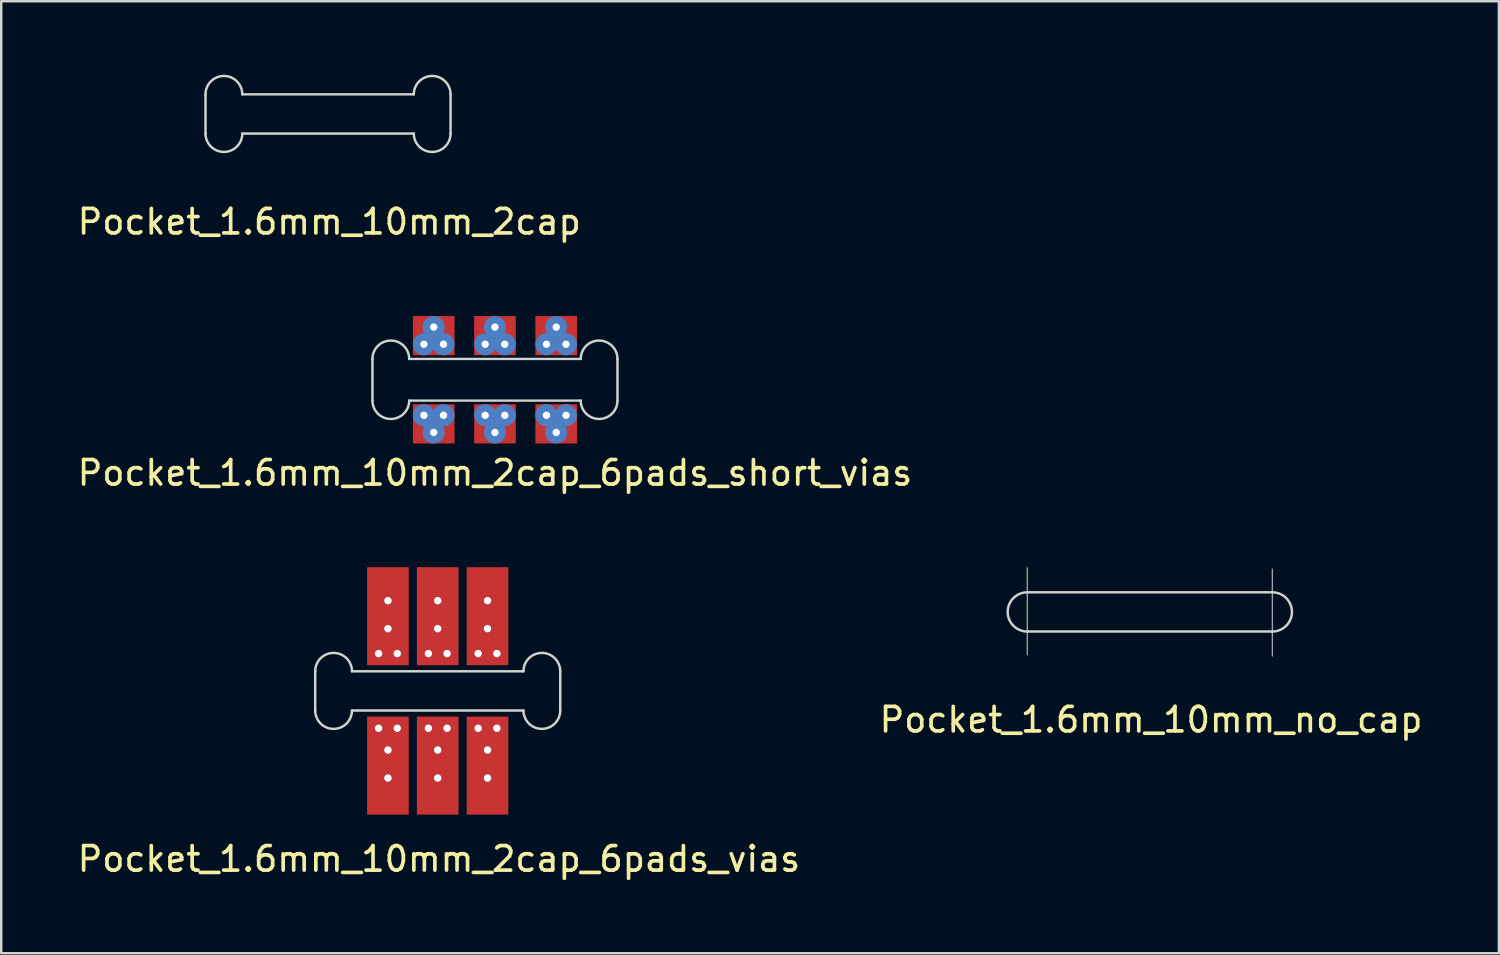
<source format=kicad_pcb>
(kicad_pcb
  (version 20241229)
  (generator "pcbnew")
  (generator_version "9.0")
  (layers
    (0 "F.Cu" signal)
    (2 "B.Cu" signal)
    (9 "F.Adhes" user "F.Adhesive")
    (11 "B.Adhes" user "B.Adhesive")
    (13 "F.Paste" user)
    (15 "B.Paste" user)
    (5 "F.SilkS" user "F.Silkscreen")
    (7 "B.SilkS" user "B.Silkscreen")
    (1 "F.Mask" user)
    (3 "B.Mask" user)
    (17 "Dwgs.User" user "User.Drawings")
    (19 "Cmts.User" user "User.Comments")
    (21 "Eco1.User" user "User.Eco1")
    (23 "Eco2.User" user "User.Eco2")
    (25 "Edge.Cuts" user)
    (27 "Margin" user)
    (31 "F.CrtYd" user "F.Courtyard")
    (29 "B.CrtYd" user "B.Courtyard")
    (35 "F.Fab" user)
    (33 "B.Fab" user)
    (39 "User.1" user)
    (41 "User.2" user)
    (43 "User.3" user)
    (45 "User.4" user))
  (footprint "Pocket_1.6mm_10mm_no_cap"
    (layer "F.Cu")
    (at 43.873 21.922)
    (property "Reference" "Pocket_1.6mm_10mm_no_cap" (at 0.05 4.4 0) (layer "F.SilkS") (effects (font (size 1 1) (thickness 0.15))))
    (attr through_hole)
    (fp_line (start -5 -0.8) (end 5 -0.8) (stroke (width 0.1) (type solid)) (layer "Edge.Cuts"))
    (fp_line (start -5 0.8) (end 5 0.8) (stroke (width 0.1) (type solid)) (layer "Edge.Cuts"))
    (fp_arc (start -5 0.8) (mid -5.8 0) (end -5 -0.8) (stroke (width 0.1) (type solid)) (layer "Edge.Cuts"))
    (fp_arc (start 5 -0.8) (mid 5.8 0) (end 5 0.8) (stroke (width 0.1) (type solid)) (layer "Edge.Cuts"))
    (fp_line (start -5 -1.8) (end -5 1.75) (stroke (width 0.05) (type solid)) (layer "F.Fab"))
    (fp_line (start 5 1.8) (end 5 -1.75) (stroke (width 0.05) (type solid)) (layer "F.Fab")))
  (footprint "Pocket_1.6mm_10mm_2cap"
    (layer "F.Cu")
    (at 10.337 1.6)
    (property "Reference" "Pocket_1.6mm_10mm_2cap" (at 0.05 4.4 0) (layer "F.SilkS") (effects (font (size 1 1) (thickness 0.15))))
    (attr through_hole)
    (fp_line (start -5 -0.8) (end -5 0.8) (stroke (width 0.1) (type solid)) (layer "Edge.Cuts"))
    (fp_line (start -3.5 -0.8) (end 3.5 -0.8) (stroke (width 0.1) (type solid)) (layer "Edge.Cuts"))
    (fp_line (start -3.5 0.8) (end 3.5 0.8) (stroke (width 0.1) (type solid)) (layer "Edge.Cuts"))
    (fp_line (start 5 -0.8) (end 5 0.8) (stroke (width 0.1) (type solid)) (layer "Edge.Cuts"))
    (fp_arc (start -5 -0.8) (mid -4.25 -1.55) (end -3.5 -0.8) (stroke (width 0.1) (type solid)) (layer "Edge.Cuts"))
    (fp_arc (start -3.5 0.8) (mid -4.25 1.55) (end -5 0.8) (stroke (width 0.1) (type solid)) (layer "Edge.Cuts"))
    (fp_arc (start 3.5 -0.8) (mid 4.25 -1.55) (end 5 -0.8) (stroke (width 0.1) (type solid)) (layer "Edge.Cuts"))
    (fp_arc (start 5 0.8) (mid 4.25 1.55) (end 3.5 0.8) (stroke (width 0.1) (type solid)) (layer "Edge.Cuts")))
  (footprint "Pocket_1.6mm_10mm_2cap_6pads_short_vias"
    (layer "F.Cu")
    (at 17.149 12.448)
    (property "Reference" "Pocket_1.6mm_10mm_2cap_6pads_short_vias" (at 0 3.8 0) (layer "F.SilkS") (effects (font (size 1 1) (thickness 0.15))))
    (attr through_hole)
    (fp_line (start -5 -0.85) (end -5 0.85) (stroke (width 0.1) (type solid)) (layer "Edge.Cuts"))
    (fp_line (start -3.5 -0.85) (end 3.5 -0.85) (stroke (width 0.1) (type solid)) (layer "Edge.Cuts"))
    (fp_line (start -3.5 0.85) (end 3.5 0.85) (stroke (width 0.1) (type solid)) (layer "Edge.Cuts"))
    (fp_line (start 5 -0.85) (end 5 0.85) (stroke (width 0.1) (type solid)) (layer "Edge.Cuts"))
    (fp_arc (start -5 -0.85) (mid -4.25 -1.6) (end -3.5 -0.85) (stroke (width 0.1) (type solid)) (layer "Edge.Cuts"))
    (fp_arc (start -3.5 0.85) (mid -4.25 1.6) (end -5 0.85) (stroke (width 0.1) (type solid)) (layer "Edge.Cuts"))
    (fp_arc (start 3.5 -0.85) (mid 4.25 -1.6) (end 5 -0.85) (stroke (width 0.1) (type solid)) (layer "Edge.Cuts"))
    (fp_arc (start 5 0.85) (mid 4.25 1.6) (end 3.5 0.85) (stroke (width 0.1) (type solid)) (layer "Edge.Cuts"))
    (pad "1" thru_hole circle (at -2.9 1.45) (size 0.9 0.9) (drill 0.3) (layers "*.Cu" "F.Mask"))
    (pad "1" smd rect (at -2.5 1.8) (size 1.7 1.6) (layers "F.Cu" "F.Mask" "F.Paste"))
    (pad "1" thru_hole circle (at -2.5 2.15) (size 0.9 0.9) (drill 0.3) (layers "*.Cu" "F.Mask"))
    (pad "1" thru_hole circle (at -2.1 1.45) (size 0.9 0.9) (drill 0.3) (layers "*.Cu" "F.Mask"))
    (pad "2" thru_hole circle (at -2.9 -1.45) (size 0.9 0.9) (drill 0.3) (layers "*.Cu" "F.Mask"))
    (pad "2" thru_hole circle (at -2.5 -2.15) (size 0.9 0.9) (drill 0.3) (layers "*.Cu" "F.Mask"))
    (pad "2" smd rect (at -2.5 -1.8) (size 1.7 1.6) (layers "F.Cu" "F.Mask" "F.Paste"))
    (pad "2" thru_hole circle (at -2.1 -1.45) (size 0.9 0.9) (drill 0.3) (layers "*.Cu" "F.Mask"))
    (pad "3" thru_hole circle (at -0.4 1.45) (size 0.9 0.9) (drill 0.3) (layers "*.Cu" "F.Mask"))
    (pad "3" smd rect (at 0 1.8) (size 1.7 1.6) (layers "F.Cu" "F.Mask" "F.Paste"))
    (pad "3" thru_hole circle (at 0 2.15) (size 0.9 0.9) (drill 0.3) (layers "*.Cu" "F.Mask"))
    (pad "3" thru_hole circle (at 0.4 1.45) (size 0.9 0.9) (drill 0.3) (layers "*.Cu" "F.Mask"))
    (pad "4" thru_hole circle (at -0.4 -1.45) (size 0.9 0.9) (drill 0.3) (layers "*.Cu" "F.Mask"))
    (pad "4" thru_hole circle (at 0 -2.15) (size 0.9 0.9) (drill 0.3) (layers "*.Cu" "F.Mask"))
    (pad "4" smd rect (at 0 -1.8) (size 1.7 1.6) (layers "F.Cu" "F.Mask" "F.Paste"))
    (pad "4" thru_hole circle (at 0.4 -1.45) (size 0.9 0.9) (drill 0.3) (layers "*.Cu" "F.Mask"))
    (pad "5" thru_hole circle (at 2.1 1.45) (size 0.9 0.9) (drill 0.3) (layers "*.Cu" "F.Mask"))
    (pad "5" smd rect (at 2.5 1.8) (size 1.7 1.6) (layers "F.Cu" "F.Mask" "F.Paste"))
    (pad "5" thru_hole circle (at 2.5 2.15) (size 0.9 0.9) (drill 0.3) (layers "*.Cu" "F.Mask"))
    (pad "5" thru_hole circle (at 2.9 1.45) (size 0.9 0.9) (drill 0.3) (layers "*.Cu" "F.Mask"))
    (pad "6" thru_hole circle (at 2.1 -1.45) (size 0.9 0.9) (drill 0.3) (layers "*.Cu" "F.Mask"))
    (pad "6" thru_hole circle (at 2.5 -2.15) (size 0.9 0.9) (drill 0.3) (layers "*.Cu" "F.Mask"))
    (pad "6" smd rect (at 2.5 -1.8) (size 1.7 1.6) (layers "F.Cu" "F.Mask" "F.Paste"))
    (pad "6" thru_hole circle (at 2.9 -1.45) (size 0.9 0.9) (drill 0.3) (layers "*.Cu" "F.Mask")))
  (footprint "Pocket_1.6mm_10mm_2cap_6pads_vias"
    (layer "F.Cu")
    (at 14.813 25.145)
    (property "Reference" "Pocket_1.6mm_10mm_2cap_6pads_vias" (at 0.05 6.858 0) (layer "F.SilkS") (effects (font (size 1 1) (thickness 0.15))))
    (attr through_hole)
    (fp_line (start -5 -0.8) (end -5 0.8) (stroke (width 0.1) (type solid)) (layer "Edge.Cuts"))
    (fp_line (start -3.5 -0.8) (end 3.5 -0.8) (stroke (width 0.1) (type solid)) (layer "Edge.Cuts"))
    (fp_line (start -3.5 0.8) (end 3.5 0.8) (stroke (width 0.1) (type solid)) (layer "Edge.Cuts"))
    (fp_line (start 5 -0.8) (end 5 0.8) (stroke (width 0.1) (type solid)) (layer "Edge.Cuts"))
    (fp_arc (start -5 -0.8) (mid -4.25 -1.55) (end -3.5 -0.8) (stroke (width 0.1) (type solid)) (layer "Edge.Cuts"))
    (fp_arc (start -3.5 0.8) (mid -4.25 1.55) (end -5 0.8) (stroke (width 0.1) (type solid)) (layer "Edge.Cuts"))
    (fp_arc (start 3.5 -0.8) (mid 4.25 -1.55) (end 5 -0.8) (stroke (width 0.1) (type solid)) (layer "Edge.Cuts"))
    (fp_arc (start 5 0.8) (mid 4.25 1.55) (end 3.5 0.8) (stroke (width 0.1) (type solid)) (layer "Edge.Cuts"))
    (pad "1" thru_hole circle (at -2.413 1.524) (size 0.3 0.3) (drill 0.3) (layers "*.Cu" "*.Mask"))
    (pad "1" thru_hole circle (at -2.032 2.413) (size 0.3 0.3) (drill 0.3) (layers "*.Cu" "*.Mask"))
    (pad "1" smd rect (at -2.032 3.048) (size 1.7 4) (layers "F.Cu" "F.Mask" "F.Paste"))
    (pad "1" thru_hole circle (at -2.032 3.556) (size 0.3 0.3) (drill 0.3) (layers "*.Cu" "*.Mask"))
    (pad "1" thru_hole circle (at -1.651 1.524) (size 0.3 0.3) (drill 0.3) (layers "*.Cu" "*.Mask"))
    (pad "2" thru_hole circle (at -2.413 -1.524) (size 0.3 0.3) (drill 0.3) (layers "*.Cu" "*.Mask"))
    (pad "2" thru_hole circle (at -2.032 -3.683) (size 0.3 0.3) (drill 0.3) (layers "*.Cu" "*.Mask"))
    (pad "2" smd rect (at -2.032 -3.048) (size 1.7 4) (layers "F.Cu" "F.Mask" "F.Paste"))
    (pad "2" thru_hole circle (at -2.032 -2.54) (size 0.3 0.3) (drill 0.3) (layers "*.Cu" "*.Mask"))
    (pad "2" thru_hole circle (at -1.651 -1.524) (size 0.3 0.3) (drill 0.3) (layers "*.Cu" "*.Mask"))
    (pad "3" thru_hole circle (at -0.381 1.524) (size 0.3 0.3) (drill 0.3) (layers "*.Cu" "*.Mask"))
    (pad "3" thru_hole circle (at 0 2.413) (size 0.3 0.3) (drill 0.3) (layers "*.Cu" "*.Mask"))
    (pad "3" smd rect (at 0 3.048) (size 1.7 4) (layers "F.Cu" "F.Mask" "F.Paste"))
    (pad "3" thru_hole circle (at 0 3.556) (size 0.3 0.3) (drill 0.3) (layers "*.Cu" "*.Mask"))
    (pad "3" thru_hole circle (at 0.381 1.524) (size 0.3 0.3) (drill 0.3) (layers "*.Cu" "*.Mask"))
    (pad "4" thru_hole circle (at -0.381 -1.524) (size 0.3 0.3) (drill 0.3) (layers "*.Cu" "*.Mask"))
    (pad "4" thru_hole circle (at 0 -3.683) (size 0.3 0.3) (drill 0.3) (layers "*.Cu" "*.Mask"))
    (pad "4" smd rect (at 0 -3.048) (size 1.7 4) (layers "F.Cu" "F.Mask" "F.Paste"))
    (pad "4" thru_hole circle (at 0 -2.54) (size 0.3 0.3) (drill 0.3) (layers "*.Cu" "*.Mask"))
    (pad "4" thru_hole circle (at 0.381 -1.524) (size 0.3 0.3) (drill 0.3) (layers "*.Cu" "*.Mask"))
    (pad "5" thru_hole circle (at 1.651 1.524) (size 0.3 0.3) (drill 0.3) (layers "*.Cu" "*.Mask"))
    (pad "5" thru_hole circle (at 2.032 2.413) (size 0.3 0.3) (drill 0.3) (layers "*.Cu" "*.Mask"))
    (pad "5" smd rect (at 2.032 3.048) (size 1.7 4) (layers "F.Cu" "F.Mask" "F.Paste"))
    (pad "5" thru_hole circle (at 2.032 3.556) (size 0.3 0.3) (drill 0.3) (layers "*.Cu" "*.Mask"))
    (pad "5" thru_hole circle (at 2.413 1.524) (size 0.3 0.3) (drill 0.3) (layers "*.Cu" "*.Mask"))
    (pad "6" thru_hole circle (at 1.651 -1.524) (size 0.3 0.3) (drill 0.3) (layers "*.Cu" "*.Mask"))
    (pad "6" thru_hole circle (at 2.032 -3.683) (size 0.3 0.3) (drill 0.3) (layers "*.Cu" "*.Mask"))
    (pad "6" smd rect (at 2.032 -3.048) (size 1.7 4) (layers "F.Cu" "F.Mask" "F.Paste"))
    (pad "6" thru_hole circle (at 2.032 -2.54) (size 0.3 0.3) (drill 0.3) (layers "*.Cu" "*.Mask"))
    (pad "6" thru_hole circle (at 2.413 -1.524) (size 0.3 0.3) (drill 0.3) (layers "*.Cu" "*.Mask")))
  (gr_rect
    (start -3 -3)
    (end 58.119 35.851)
    (stroke (width 0.1) (type default))
    (fill no)
    (layer "Edge.Cuts")))
</source>
